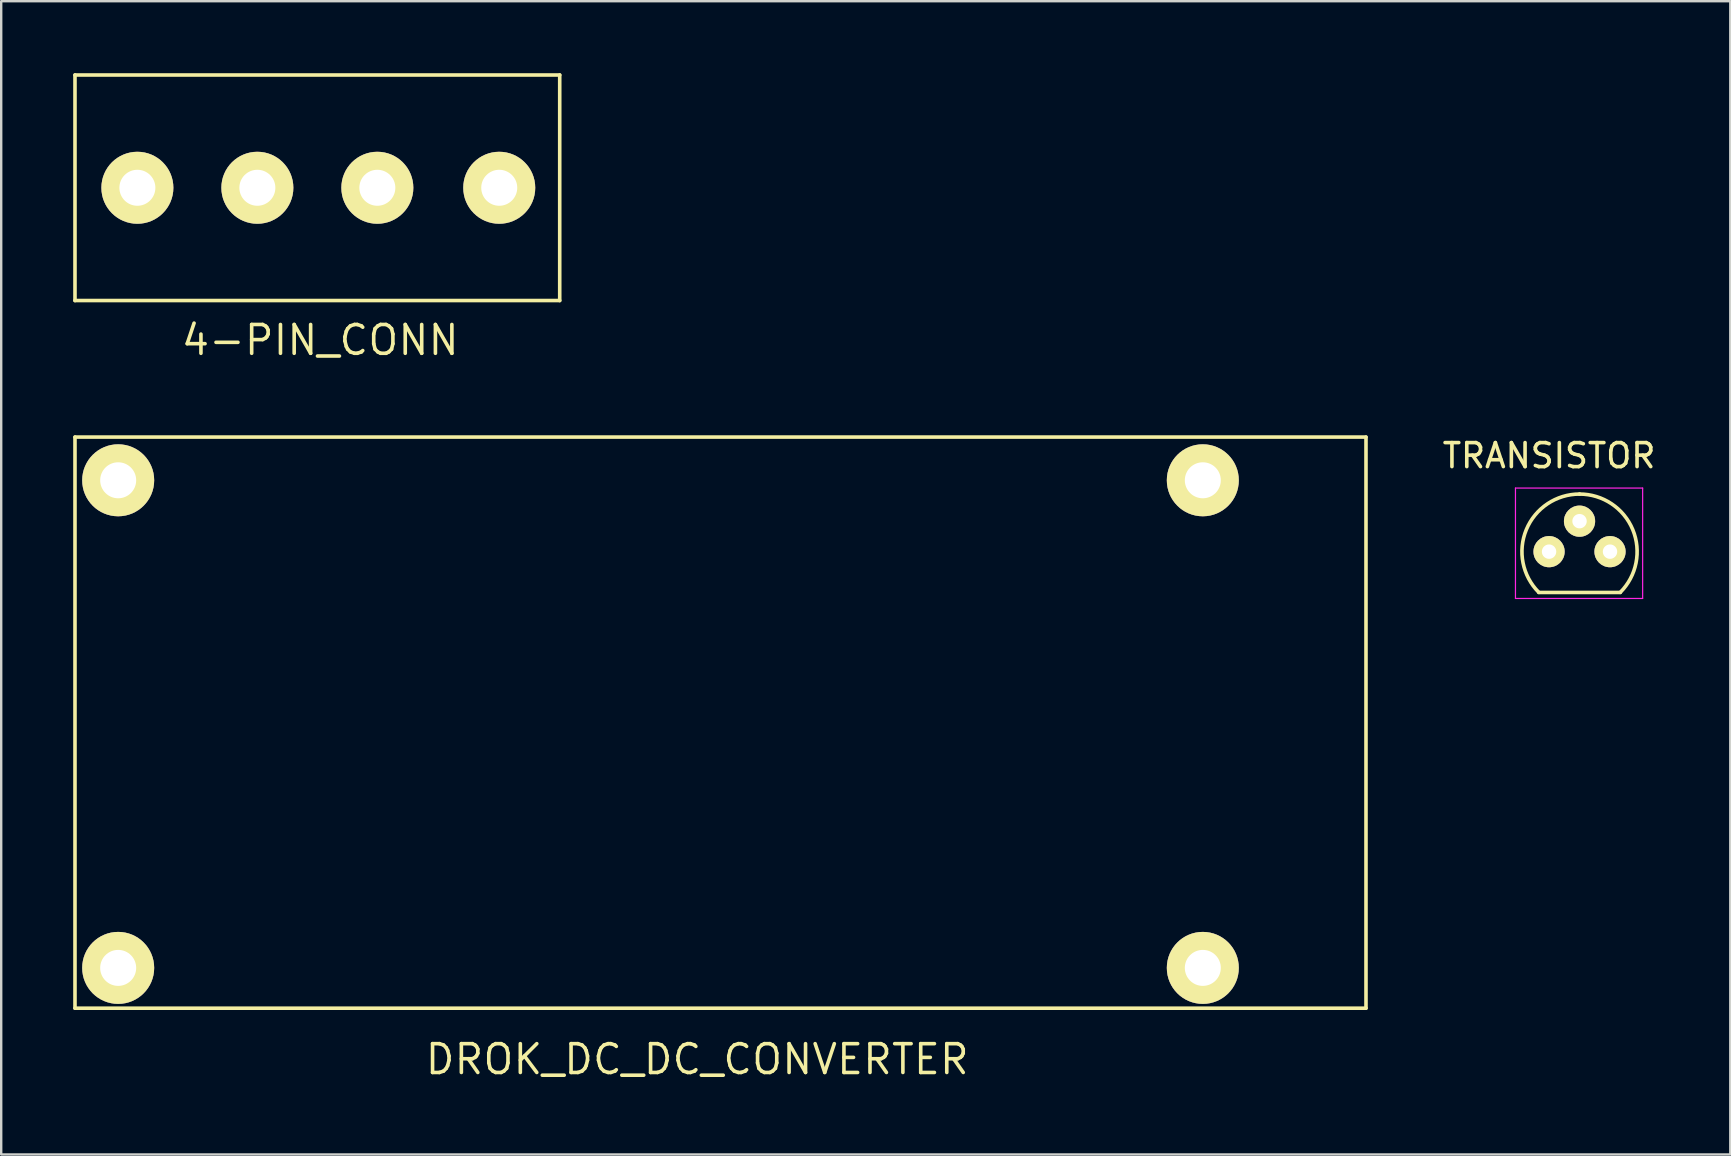
<source format=kicad_pcb>
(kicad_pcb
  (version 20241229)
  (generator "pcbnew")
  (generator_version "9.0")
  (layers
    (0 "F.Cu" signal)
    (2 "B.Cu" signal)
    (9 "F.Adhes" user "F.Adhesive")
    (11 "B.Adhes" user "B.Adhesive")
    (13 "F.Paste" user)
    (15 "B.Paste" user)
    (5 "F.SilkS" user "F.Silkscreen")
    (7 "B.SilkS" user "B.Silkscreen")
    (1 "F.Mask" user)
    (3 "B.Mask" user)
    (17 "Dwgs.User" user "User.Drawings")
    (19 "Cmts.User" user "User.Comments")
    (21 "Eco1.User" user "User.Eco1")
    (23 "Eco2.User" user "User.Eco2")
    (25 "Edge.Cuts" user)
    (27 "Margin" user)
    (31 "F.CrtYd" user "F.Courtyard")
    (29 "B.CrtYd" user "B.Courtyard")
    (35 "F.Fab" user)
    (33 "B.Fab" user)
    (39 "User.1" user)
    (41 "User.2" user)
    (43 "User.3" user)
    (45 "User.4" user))
  (footprint "4-PIN_CONN"
    (layer "F.Cu")
    (at 2.675 4.775)
    (property "Reference" "4-PIN_CONN" (at 7.62 6.35 0) (layer "F.SilkS") (effects (font (size 1.2 1.2) (thickness 0.15))))
    (attr through_hole)
    (fp_line (start -2.6 -4.7) (end -2.6 4.7) (stroke (width 0.15) (type solid)) (layer "F.SilkS"))
    (fp_line (start -2.6 -4.7) (end 17.6 -4.7) (stroke (width 0.15) (type solid)) (layer "F.SilkS"))
    (fp_line (start 17.6 -4.7) (end 17.6 4.7) (stroke (width 0.15) (type solid)) (layer "F.SilkS"))
    (fp_line (start 17.6 4.7) (end -2.6 4.7) (stroke (width 0.15) (type solid)) (layer "F.SilkS"))
    (pad "1" thru_hole circle (at 0 0) (size 3 3) (drill 1.5) (layers "*.Cu" "*.Mask" "F.SilkS"))
    (pad "2" thru_hole circle (at 5 0) (size 3 3) (drill 1.5) (layers "*.Cu" "*.Mask" "F.SilkS"))
    (pad "3" thru_hole circle (at 10 0) (size 3 3) (drill 1.5) (layers "*.Cu" "*.Mask" "F.SilkS"))
    (pad "4" thru_hole circle (at 15.08 0) (size 3 3) (drill 1.5) (layers "*.Cu" "*.Mask" "F.SilkS")))
  (footprint "TRANSISTOR"
    (layer "F.Cu")
    (at 61.504 19.939)
    (property "Reference" "TRANSISTOR" (at 0 -4 0) (layer "F.SilkS") (effects (font (size 1 1) (thickness 0.15))))
    (attr through_hole)
    (fp_line (start -0.43 1.7) (end 2.97 1.7) (stroke (width 0.15) (type solid)) (layer "F.SilkS"))
    (fp_arc (start -0.427056 1.697056) (mid -0.947311 -0.91844) (end 1.27 -2.4) (stroke (width 0.15) (type solid)) (layer "F.SilkS"))
    (fp_arc (start 1.27 -2.4) (mid 3.487311 -0.91844) (end 2.967056 1.697056) (stroke (width 0.15) (type solid)) (layer "F.SilkS"))
    (fp_line (start -1.4 -2.65) (end 3.9 -2.65) (stroke (width 0.05) (type solid)) (layer "F.CrtYd"))
    (fp_line (start -1.4 1.95) (end -1.4 -2.65) (stroke (width 0.05) (type solid)) (layer "F.CrtYd"))
    (fp_line (start -1.4 1.95) (end 3.9 1.95) (stroke (width 0.05) (type solid)) (layer "F.CrtYd"))
    (fp_line (start 3.9 1.95) (end 3.9 -2.65) (stroke (width 0.05) (type solid)) (layer "F.CrtYd"))
    (pad "1" thru_hole circle (at 0 0 90) (size 1.3 1.3) (drill 0.6) (layers "*.Cu" "*.Mask" "F.SilkS"))
    (pad "2" thru_hole circle (at 1.27 -1.27 90) (size 1.3 1.3) (drill 0.6) (layers "*.Cu" "*.Mask" "F.SilkS"))
    (pad "3" thru_hole circle (at 2.54 0 90) (size 1.3 1.3) (drill 0.6) (layers "*.Cu" "*.Mask" "F.SilkS")))
  (footprint "DROK_DC_DC_CONVERTER"
    (layer "F.Cu")
    (at 1.875 16.965)
    (property "Reference" "DROK_DC_DC_CONVERTER" (at 24.13 24.13 0) (layer "F.SilkS") (effects (font (size 1.2 1.2) (thickness 0.15))))
    (attr through_hole)
    (fp_line (start -1.8 -1.8) (end -1.8 22) (stroke (width 0.15) (type solid)) (layer "F.SilkS"))
    (fp_line (start -1.8 -1.8) (end 52 -1.8) (stroke (width 0.15) (type solid)) (layer "F.SilkS"))
    (fp_line (start 52 -1.8) (end 52 22) (stroke (width 0.15) (type solid)) (layer "F.SilkS"))
    (fp_line (start 52 22) (end -1.8 22) (stroke (width 0.15) (type solid)) (layer "F.SilkS"))
    (pad "1" thru_hole circle (at 0 0) (size 3 3) (drill 1.5) (layers "*.Cu" "*.Mask" "F.SilkS"))
    (pad "2" thru_hole circle (at 0 20.32) (size 3 3) (drill 1.5) (layers "*.Cu" "*.Mask" "F.SilkS"))
    (pad "3" thru_hole circle (at 45.2 0) (size 3 3) (drill 1.5) (layers "*.Cu" "*.Mask" "F.SilkS"))
    (pad "4" thru_hole circle (at 45.2 20.32) (size 3 3) (drill 1.5) (layers "*.Cu" "*.Mask" "F.SilkS")))
  (gr_rect
    (start -3 -3)
    (end 69.057 45.06)
    (stroke (width 0.1) (type default))
    (fill no)
    (layer "Edge.Cuts")))
</source>
